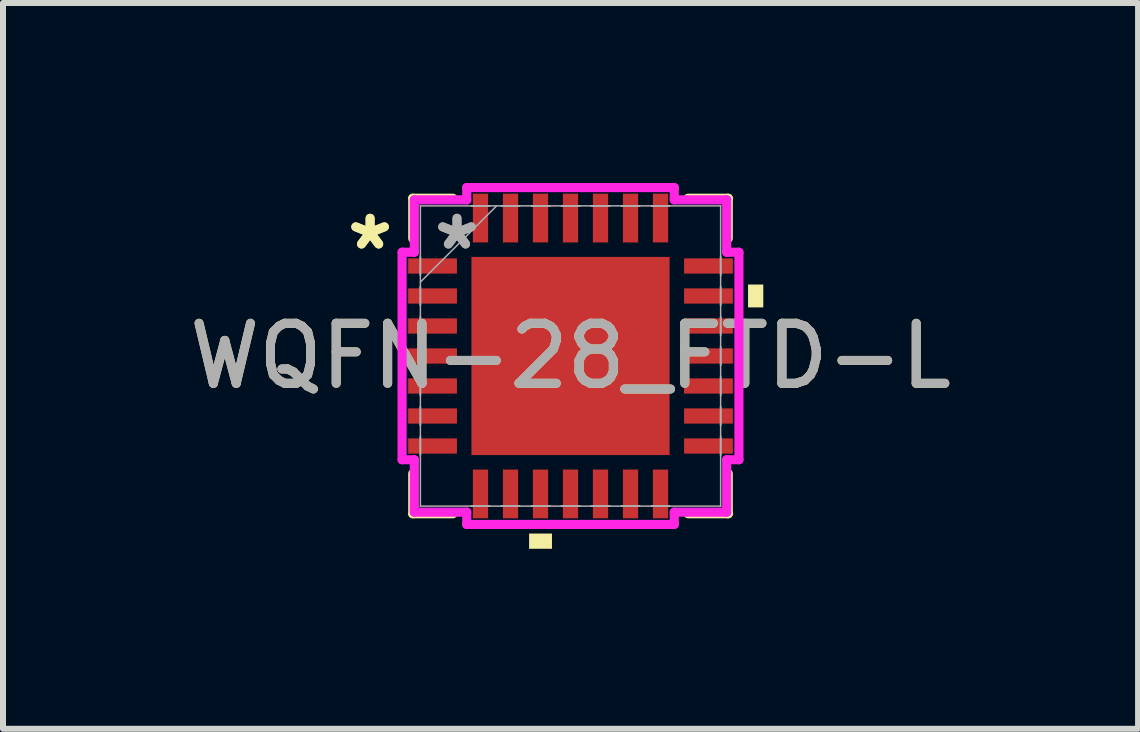
<source format=kicad_pcb>
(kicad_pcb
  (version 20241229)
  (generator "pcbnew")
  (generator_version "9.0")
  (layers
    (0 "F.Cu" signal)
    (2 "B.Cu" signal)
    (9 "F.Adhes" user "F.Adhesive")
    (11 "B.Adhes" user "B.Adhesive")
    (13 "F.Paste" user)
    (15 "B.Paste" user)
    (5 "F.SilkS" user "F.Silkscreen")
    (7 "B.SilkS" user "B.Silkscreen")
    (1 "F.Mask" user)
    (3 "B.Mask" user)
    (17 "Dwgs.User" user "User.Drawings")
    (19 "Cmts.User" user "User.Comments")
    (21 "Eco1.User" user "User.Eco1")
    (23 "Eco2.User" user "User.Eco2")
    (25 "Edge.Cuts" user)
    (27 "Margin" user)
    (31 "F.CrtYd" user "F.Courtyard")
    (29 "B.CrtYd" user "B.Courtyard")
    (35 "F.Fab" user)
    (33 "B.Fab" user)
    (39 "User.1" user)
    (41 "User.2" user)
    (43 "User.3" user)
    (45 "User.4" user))
  (footprint "WQFN-28_FTD-L"
    (layer "F.Cu")
    (at 6.458 2.883)
    (property "Reference" "WQFN-28_FTD-L" (at 0 0 0) (unlocked yes) (layer "F.SilkS") (effects (font (size 1 1) (thickness 0.15))))
    (attr smd)
    (fp_line (start -2.629 -2.629) (end -2.629 -1.96) (stroke (width 0.152) (type solid)) (layer "F.SilkS"))
    (fp_line (start -2.629 1.96) (end -2.629 2.629) (stroke (width 0.152) (type solid)) (layer "F.SilkS"))
    (fp_line (start -2.629 2.629) (end -1.96 2.629) (stroke (width 0.152) (type solid)) (layer "F.SilkS"))
    (fp_line (start -1.96 -2.629) (end -2.629 -2.629) (stroke (width 0.152) (type solid)) (layer "F.SilkS"))
    (fp_line (start 1.96 2.629) (end 2.629 2.629) (stroke (width 0.152) (type solid)) (layer "F.SilkS"))
    (fp_line (start 2.629 -2.629) (end 1.96 -2.629) (stroke (width 0.152) (type solid)) (layer "F.SilkS"))
    (fp_line (start 2.629 -1.96) (end 2.629 -2.629) (stroke (width 0.152) (type solid)) (layer "F.SilkS"))
    (fp_line (start 2.629 2.629) (end 2.629 1.96) (stroke (width 0.152) (type solid)) (layer "F.SilkS"))
    (fp_poly (pts (xy -0.69 2.959) (xy -0.69 3.213) (xy -0.309 3.213) (xy -0.309 2.959)) (stroke (width 0) (type solid)) (fill yes) (layer "F.SilkS"))
    (fp_poly (pts (xy 3.213 -1.191) (xy 3.213 -0.81) (xy 2.959 -0.81) (xy 2.959 -1.191)) (stroke (width 0) (type solid)) (fill yes) (layer "F.SilkS"))
    (fp_poly (pts (xy -1.551 -1.551) (xy -1.551 -0.1) (xy -0.1 -0.1) (xy -0.1 -1.551)) (stroke (width 0) (type solid)) (fill yes) (layer "F.Paste"))
    (fp_poly (pts (xy -1.551 0.1) (xy -1.551 1.551) (xy -0.1 1.551) (xy -0.1 0.1)) (stroke (width 0) (type solid)) (fill yes) (layer "F.Paste"))
    (fp_poly (pts (xy 0.1 -1.551) (xy 0.1 -0.1) (xy 1.551 -0.1) (xy 1.551 -1.551)) (stroke (width 0) (type solid)) (fill yes) (layer "F.Paste"))
    (fp_poly (pts (xy 0.1 0.1) (xy 0.1 1.551) (xy 1.551 1.551) (xy 1.551 0.1)) (stroke (width 0) (type solid)) (fill yes) (layer "F.Paste"))
    (fp_line (start -2.807 -1.729) (end -2.603 -1.729) (stroke (width 0.152) (type solid)) (layer "F.CrtYd"))
    (fp_line (start -2.807 1.729) (end -2.807 -1.729) (stroke (width 0.152) (type solid)) (layer "F.CrtYd"))
    (fp_line (start -2.603 -2.603) (end -1.729 -2.603) (stroke (width 0.152) (type solid)) (layer "F.CrtYd"))
    (fp_line (start -2.603 -1.729) (end -2.603 -2.603) (stroke (width 0.152) (type solid)) (layer "F.CrtYd"))
    (fp_line (start -2.603 1.729) (end -2.807 1.729) (stroke (width 0.152) (type solid)) (layer "F.CrtYd"))
    (fp_line (start -2.603 2.603) (end -2.603 1.729) (stroke (width 0.152) (type solid)) (layer "F.CrtYd"))
    (fp_line (start -1.729 -2.807) (end 1.729 -2.807) (stroke (width 0.152) (type solid)) (layer "F.CrtYd"))
    (fp_line (start -1.729 -2.603) (end -1.729 -2.807) (stroke (width 0.152) (type solid)) (layer "F.CrtYd"))
    (fp_line (start -1.729 2.603) (end -2.603 2.603) (stroke (width 0.152) (type solid)) (layer "F.CrtYd"))
    (fp_line (start -1.729 2.807) (end -1.729 2.603) (stroke (width 0.152) (type solid)) (layer "F.CrtYd"))
    (fp_line (start 1.729 -2.807) (end 1.729 -2.603) (stroke (width 0.152) (type solid)) (layer "F.CrtYd"))
    (fp_line (start 1.729 -2.603) (end 2.603 -2.603) (stroke (width 0.152) (type solid)) (layer "F.CrtYd"))
    (fp_line (start 1.729 2.603) (end 1.729 2.807) (stroke (width 0.152) (type solid)) (layer "F.CrtYd"))
    (fp_line (start 1.729 2.807) (end -1.729 2.807) (stroke (width 0.152) (type solid)) (layer "F.CrtYd"))
    (fp_line (start 2.603 -2.603) (end 2.603 -1.729) (stroke (width 0.152) (type solid)) (layer "F.CrtYd"))
    (fp_line (start 2.603 -1.729) (end 2.807 -1.729) (stroke (width 0.152) (type solid)) (layer "F.CrtYd"))
    (fp_line (start 2.603 1.729) (end 2.603 2.603) (stroke (width 0.152) (type solid)) (layer "F.CrtYd"))
    (fp_line (start 2.603 2.603) (end 1.729 2.603) (stroke (width 0.152) (type solid)) (layer "F.CrtYd"))
    (fp_line (start 2.807 -1.729) (end 2.807 1.729) (stroke (width 0.152) (type solid)) (layer "F.CrtYd"))
    (fp_line (start 2.807 1.729) (end 2.603 1.729) (stroke (width 0.152) (type solid)) (layer "F.CrtYd"))
    (fp_line (start -2.502 -2.502) (end -2.502 -2.502) (stroke (width 0.025) (type solid)) (layer "F.Fab"))
    (fp_line (start -2.502 -2.502) (end -2.502 2.502) (stroke (width 0.025) (type solid)) (layer "F.Fab"))
    (fp_line (start -2.502 -1.652) (end -2.502 -1.652) (stroke (width 0.025) (type solid)) (layer "F.Fab"))
    (fp_line (start -2.502 -1.652) (end -2.502 -1.348) (stroke (width 0.025) (type solid)) (layer "F.Fab"))
    (fp_line (start -2.502 -1.348) (end -2.502 -1.652) (stroke (width 0.025) (type solid)) (layer "F.Fab"))
    (fp_line (start -2.502 -1.348) (end -2.502 -1.348) (stroke (width 0.025) (type solid)) (layer "F.Fab"))
    (fp_line (start -2.502 -1.232) (end -1.232 -2.502) (stroke (width 0.025) (type solid)) (layer "F.Fab"))
    (fp_line (start -2.502 -1.152) (end -2.502 -1.152) (stroke (width 0.025) (type solid)) (layer "F.Fab"))
    (fp_line (start -2.502 -1.152) (end -2.502 -0.848) (stroke (width 0.025) (type solid)) (layer "F.Fab"))
    (fp_line (start -2.502 -0.848) (end -2.502 -1.152) (stroke (width 0.025) (type solid)) (layer "F.Fab"))
    (fp_line (start -2.502 -0.848) (end -2.502 -0.848) (stroke (width 0.025) (type solid)) (layer "F.Fab"))
    (fp_line (start -2.502 -0.652) (end -2.502 -0.652) (stroke (width 0.025) (type solid)) (layer "F.Fab"))
    (fp_line (start -2.502 -0.652) (end -2.502 -0.348) (stroke (width 0.025) (type solid)) (layer "F.Fab"))
    (fp_line (start -2.502 -0.348) (end -2.502 -0.652) (stroke (width 0.025) (type solid)) (layer "F.Fab"))
    (fp_line (start -2.502 -0.348) (end -2.502 -0.348) (stroke (width 0.025) (type solid)) (layer "F.Fab"))
    (fp_line (start -2.502 -0.152) (end -2.502 -0.152) (stroke (width 0.025) (type solid)) (layer "F.Fab"))
    (fp_line (start -2.502 -0.152) (end -2.502 0.152) (stroke (width 0.025) (type solid)) (layer "F.Fab"))
    (fp_line (start -2.502 0.152) (end -2.502 -0.152) (stroke (width 0.025) (type solid)) (layer "F.Fab"))
    (fp_line (start -2.502 0.152) (end -2.502 0.152) (stroke (width 0.025) (type solid)) (layer "F.Fab"))
    (fp_line (start -2.502 0.348) (end -2.502 0.348) (stroke (width 0.025) (type solid)) (layer "F.Fab"))
    (fp_line (start -2.502 0.348) (end -2.502 0.652) (stroke (width 0.025) (type solid)) (layer "F.Fab"))
    (fp_line (start -2.502 0.652) (end -2.502 0.348) (stroke (width 0.025) (type solid)) (layer "F.Fab"))
    (fp_line (start -2.502 0.652) (end -2.502 0.652) (stroke (width 0.025) (type solid)) (layer "F.Fab"))
    (fp_line (start -2.502 0.848) (end -2.502 0.848) (stroke (width 0.025) (type solid)) (layer "F.Fab"))
    (fp_line (start -2.502 0.848) (end -2.502 1.152) (stroke (width 0.025) (type solid)) (layer "F.Fab"))
    (fp_line (start -2.502 1.152) (end -2.502 0.848) (stroke (width 0.025) (type solid)) (layer "F.Fab"))
    (fp_line (start -2.502 1.152) (end -2.502 1.152) (stroke (width 0.025) (type solid)) (layer "F.Fab"))
    (fp_line (start -2.502 1.348) (end -2.502 1.348) (stroke (width 0.025) (type solid)) (layer "F.Fab"))
    (fp_line (start -2.502 1.348) (end -2.502 1.652) (stroke (width 0.025) (type solid)) (layer "F.Fab"))
    (fp_line (start -2.502 1.652) (end -2.502 1.348) (stroke (width 0.025) (type solid)) (layer "F.Fab"))
    (fp_line (start -2.502 1.652) (end -2.502 1.652) (stroke (width 0.025) (type solid)) (layer "F.Fab"))
    (fp_line (start -2.502 2.502) (end -2.502 2.502) (stroke (width 0.025) (type solid)) (layer "F.Fab"))
    (fp_line (start -2.502 2.502) (end 2.502 2.502) (stroke (width 0.025) (type solid)) (layer "F.Fab"))
    (fp_line (start -1.652 -2.502) (end -1.652 -2.502) (stroke (width 0.025) (type solid)) (layer "F.Fab"))
    (fp_line (start -1.652 -2.502) (end -1.348 -2.502) (stroke (width 0.025) (type solid)) (layer "F.Fab"))
    (fp_line (start -1.652 2.502) (end -1.652 2.502) (stroke (width 0.025) (type solid)) (layer "F.Fab"))
    (fp_line (start -1.652 2.502) (end -1.348 2.502) (stroke (width 0.025) (type solid)) (layer "F.Fab"))
    (fp_line (start -1.348 -2.502) (end -1.652 -2.502) (stroke (width 0.025) (type solid)) (layer "F.Fab"))
    (fp_line (start -1.348 -2.502) (end -1.348 -2.502) (stroke (width 0.025) (type solid)) (layer "F.Fab"))
    (fp_line (start -1.348 2.502) (end -1.652 2.502) (stroke (width 0.025) (type solid)) (layer "F.Fab"))
    (fp_line (start -1.348 2.502) (end -1.348 2.502) (stroke (width 0.025) (type solid)) (layer "F.Fab"))
    (fp_line (start -1.152 -2.502) (end -1.152 -2.502) (stroke (width 0.025) (type solid)) (layer "F.Fab"))
    (fp_line (start -1.152 -2.502) (end -0.848 -2.502) (stroke (width 0.025) (type solid)) (layer "F.Fab"))
    (fp_line (start -1.152 2.502) (end -1.152 2.502) (stroke (width 0.025) (type solid)) (layer "F.Fab"))
    (fp_line (start -1.152 2.502) (end -0.848 2.502) (stroke (width 0.025) (type solid)) (layer "F.Fab"))
    (fp_line (start -0.848 -2.502) (end -1.152 -2.502) (stroke (width 0.025) (type solid)) (layer "F.Fab"))
    (fp_line (start -0.848 -2.502) (end -0.848 -2.502) (stroke (width 0.025) (type solid)) (layer "F.Fab"))
    (fp_line (start -0.848 2.502) (end -1.152 2.502) (stroke (width 0.025) (type solid)) (layer "F.Fab"))
    (fp_line (start -0.848 2.502) (end -0.848 2.502) (stroke (width 0.025) (type solid)) (layer "F.Fab"))
    (fp_line (start -0.652 -2.502) (end -0.652 -2.502) (stroke (width 0.025) (type solid)) (layer "F.Fab"))
    (fp_line (start -0.652 -2.502) (end -0.348 -2.502) (stroke (width 0.025) (type solid)) (layer "F.Fab"))
    (fp_line (start -0.652 2.502) (end -0.652 2.502) (stroke (width 0.025) (type solid)) (layer "F.Fab"))
    (fp_line (start -0.652 2.502) (end -0.348 2.502) (stroke (width 0.025) (type solid)) (layer "F.Fab"))
    (fp_line (start -0.348 -2.502) (end -0.652 -2.502) (stroke (width 0.025) (type solid)) (layer "F.Fab"))
    (fp_line (start -0.348 -2.502) (end -0.348 -2.502) (stroke (width 0.025) (type solid)) (layer "F.Fab"))
    (fp_line (start -0.348 2.502) (end -0.652 2.502) (stroke (width 0.025) (type solid)) (layer "F.Fab"))
    (fp_line (start -0.348 2.502) (end -0.348 2.502) (stroke (width 0.025) (type solid)) (layer "F.Fab"))
    (fp_line (start -0.152 -2.502) (end -0.152 -2.502) (stroke (width 0.025) (type solid)) (layer "F.Fab"))
    (fp_line (start -0.152 -2.502) (end 0.152 -2.502) (stroke (width 0.025) (type solid)) (layer "F.Fab"))
    (fp_line (start -0.152 2.502) (end -0.152 2.502) (stroke (width 0.025) (type solid)) (layer "F.Fab"))
    (fp_line (start -0.152 2.502) (end 0.152 2.502) (stroke (width 0.025) (type solid)) (layer "F.Fab"))
    (fp_line (start 0.152 -2.502) (end -0.152 -2.502) (stroke (width 0.025) (type solid)) (layer "F.Fab"))
    (fp_line (start 0.152 -2.502) (end 0.152 -2.502) (stroke (width 0.025) (type solid)) (layer "F.Fab"))
    (fp_line (start 0.152 2.502) (end -0.152 2.502) (stroke (width 0.025) (type solid)) (layer "F.Fab"))
    (fp_line (start 0.152 2.502) (end 0.152 2.502) (stroke (width 0.025) (type solid)) (layer "F.Fab"))
    (fp_line (start 0.348 -2.502) (end 0.348 -2.502) (stroke (width 0.025) (type solid)) (layer "F.Fab"))
    (fp_line (start 0.348 -2.502) (end 0.652 -2.502) (stroke (width 0.025) (type solid)) (layer "F.Fab"))
    (fp_line (start 0.348 2.502) (end 0.348 2.502) (stroke (width 0.025) (type solid)) (layer "F.Fab"))
    (fp_line (start 0.348 2.502) (end 0.652 2.502) (stroke (width 0.025) (type solid)) (layer "F.Fab"))
    (fp_line (start 0.652 -2.502) (end 0.348 -2.502) (stroke (width 0.025) (type solid)) (layer "F.Fab"))
    (fp_line (start 0.652 -2.502) (end 0.652 -2.502) (stroke (width 0.025) (type solid)) (layer "F.Fab"))
    (fp_line (start 0.652 2.502) (end 0.348 2.502) (stroke (width 0.025) (type solid)) (layer "F.Fab"))
    (fp_line (start 0.652 2.502) (end 0.652 2.502) (stroke (width 0.025) (type solid)) (layer "F.Fab"))
    (fp_line (start 0.848 -2.502) (end 0.848 -2.502) (stroke (width 0.025) (type solid)) (layer "F.Fab"))
    (fp_line (start 0.848 -2.502) (end 1.152 -2.502) (stroke (width 0.025) (type solid)) (layer "F.Fab"))
    (fp_line (start 0.848 2.502) (end 0.848 2.502) (stroke (width 0.025) (type solid)) (layer "F.Fab"))
    (fp_line (start 0.848 2.502) (end 1.152 2.502) (stroke (width 0.025) (type solid)) (layer "F.Fab"))
    (fp_line (start 1.152 -2.502) (end 0.848 -2.502) (stroke (width 0.025) (type solid)) (layer "F.Fab"))
    (fp_line (start 1.152 -2.502) (end 1.152 -2.502) (stroke (width 0.025) (type solid)) (layer "F.Fab"))
    (fp_line (start 1.152 2.502) (end 0.848 2.502) (stroke (width 0.025) (type solid)) (layer "F.Fab"))
    (fp_line (start 1.152 2.502) (end 1.152 2.502) (stroke (width 0.025) (type solid)) (layer "F.Fab"))
    (fp_line (start 1.348 -2.502) (end 1.348 -2.502) (stroke (width 0.025) (type solid)) (layer "F.Fab"))
    (fp_line (start 1.348 -2.502) (end 1.652 -2.502) (stroke (width 0.025) (type solid)) (layer "F.Fab"))
    (fp_line (start 1.348 2.502) (end 1.348 2.502) (stroke (width 0.025) (type solid)) (layer "F.Fab"))
    (fp_line (start 1.348 2.502) (end 1.652 2.502) (stroke (width 0.025) (type solid)) (layer "F.Fab"))
    (fp_line (start 1.652 -2.502) (end 1.348 -2.502) (stroke (width 0.025) (type solid)) (layer "F.Fab"))
    (fp_line (start 1.652 -2.502) (end 1.652 -2.502) (stroke (width 0.025) (type solid)) (layer "F.Fab"))
    (fp_line (start 1.652 2.502) (end 1.348 2.502) (stroke (width 0.025) (type solid)) (layer "F.Fab"))
    (fp_line (start 1.652 2.502) (end 1.652 2.502) (stroke (width 0.025) (type solid)) (layer "F.Fab"))
    (fp_line (start 2.502 -2.502) (end -2.502 -2.502) (stroke (width 0.025) (type solid)) (layer "F.Fab"))
    (fp_line (start 2.502 -2.502) (end 2.502 -2.502) (stroke (width 0.025) (type solid)) (layer "F.Fab"))
    (fp_line (start 2.502 -1.652) (end 2.502 -1.652) (stroke (width 0.025) (type solid)) (layer "F.Fab"))
    (fp_line (start 2.502 -1.652) (end 2.502 -1.348) (stroke (width 0.025) (type solid)) (layer "F.Fab"))
    (fp_line (start 2.502 -1.348) (end 2.502 -1.652) (stroke (width 0.025) (type solid)) (layer "F.Fab"))
    (fp_line (start 2.502 -1.348) (end 2.502 -1.348) (stroke (width 0.025) (type solid)) (layer "F.Fab"))
    (fp_line (start 2.502 -1.152) (end 2.502 -1.152) (stroke (width 0.025) (type solid)) (layer "F.Fab"))
    (fp_line (start 2.502 -1.152) (end 2.502 -0.848) (stroke (width 0.025) (type solid)) (layer "F.Fab"))
    (fp_line (start 2.502 -0.848) (end 2.502 -1.152) (stroke (width 0.025) (type solid)) (layer "F.Fab"))
    (fp_line (start 2.502 -0.848) (end 2.502 -0.848) (stroke (width 0.025) (type solid)) (layer "F.Fab"))
    (fp_line (start 2.502 -0.652) (end 2.502 -0.652) (stroke (width 0.025) (type solid)) (layer "F.Fab"))
    (fp_line (start 2.502 -0.652) (end 2.502 -0.348) (stroke (width 0.025) (type solid)) (layer "F.Fab"))
    (fp_line (start 2.502 -0.348) (end 2.502 -0.652) (stroke (width 0.025) (type solid)) (layer "F.Fab"))
    (fp_line (start 2.502 -0.348) (end 2.502 -0.348) (stroke (width 0.025) (type solid)) (layer "F.Fab"))
    (fp_line (start 2.502 -0.152) (end 2.502 -0.152) (stroke (width 0.025) (type solid)) (layer "F.Fab"))
    (fp_line (start 2.502 -0.152) (end 2.502 0.152) (stroke (width 0.025) (type solid)) (layer "F.Fab"))
    (fp_line (start 2.502 0.152) (end 2.502 -0.152) (stroke (width 0.025) (type solid)) (layer "F.Fab"))
    (fp_line (start 2.502 0.152) (end 2.502 0.152) (stroke (width 0.025) (type solid)) (layer "F.Fab"))
    (fp_line (start 2.502 0.348) (end 2.502 0.348) (stroke (width 0.025) (type solid)) (layer "F.Fab"))
    (fp_line (start 2.502 0.348) (end 2.502 0.652) (stroke (width 0.025) (type solid)) (layer "F.Fab"))
    (fp_line (start 2.502 0.652) (end 2.502 0.348) (stroke (width 0.025) (type solid)) (layer "F.Fab"))
    (fp_line (start 2.502 0.652) (end 2.502 0.652) (stroke (width 0.025) (type solid)) (layer "F.Fab"))
    (fp_line (start 2.502 0.848) (end 2.502 0.848) (stroke (width 0.025) (type solid)) (layer "F.Fab"))
    (fp_line (start 2.502 0.848) (end 2.502 1.152) (stroke (width 0.025) (type solid)) (layer "F.Fab"))
    (fp_line (start 2.502 1.152) (end 2.502 0.848) (stroke (width 0.025) (type solid)) (layer "F.Fab"))
    (fp_line (start 2.502 1.152) (end 2.502 1.152) (stroke (width 0.025) (type solid)) (layer "F.Fab"))
    (fp_line (start 2.502 1.348) (end 2.502 1.348) (stroke (width 0.025) (type solid)) (layer "F.Fab"))
    (fp_line (start 2.502 1.348) (end 2.502 1.652) (stroke (width 0.025) (type solid)) (layer "F.Fab"))
    (fp_line (start 2.502 1.652) (end 2.502 1.348) (stroke (width 0.025) (type solid)) (layer "F.Fab"))
    (fp_line (start 2.502 1.652) (end 2.502 1.652) (stroke (width 0.025) (type solid)) (layer "F.Fab"))
    (fp_line (start 2.502 2.502) (end 2.502 -2.502) (stroke (width 0.025) (type solid)) (layer "F.Fab"))
    (fp_line (start 2.502 2.502) (end 2.502 2.502) (stroke (width 0.025) (type solid)) (layer "F.Fab"))
    (fp_text user "*" (at -3.34 -1.75 0) (unlocked yes) (layer "F.SilkS") (effects (font (size 1 1) (thickness 0.15))))
    (fp_text user "*" (at -3.34 -1.75 0) (layer "F.SilkS") (effects (font (size 1 1) (thickness 0.15))))
    (fp_text user "${REFERENCE}" (at 0 0 0) (unlocked yes) (layer "F.Fab") (effects (font (size 1 1) (thickness 0.15))))
    (fp_text user "*" (at -1.892 -1.75 0) (layer "F.Fab") (effects (font (size 1 1) (thickness 0.15))))
    (fp_text user "*" (at -1.892 -1.75 0) (unlocked yes) (layer "F.Fab") (effects (font (size 1 1) (thickness 0.15))))
    (pad "1" smd rect (at -2.299 -1.5 90) (size 0.254 0.813) (layers "F.Cu" "F.Mask" "F.Paste"))
    (pad "2" smd rect (at -2.299 -1 90) (size 0.254 0.813) (layers "F.Cu" "F.Mask" "F.Paste"))
    (pad "3" smd rect (at -2.299 -0.5 90) (size 0.254 0.813) (layers "F.Cu" "F.Mask" "F.Paste"))
    (pad "4" smd rect (at -2.299 0 90) (size 0.254 0.813) (layers "F.Cu" "F.Mask" "F.Paste"))
    (pad "5" smd rect (at -2.299 0.5 90) (size 0.254 0.813) (layers "F.Cu" "F.Mask" "F.Paste"))
    (pad "6" smd rect (at -2.299 1 90) (size 0.254 0.813) (layers "F.Cu" "F.Mask" "F.Paste"))
    (pad "7" smd rect (at -2.299 1.5 90) (size 0.254 0.813) (layers "F.Cu" "F.Mask" "F.Paste"))
    (pad "8" smd rect (at -1.5 2.299) (size 0.254 0.813) (layers "F.Cu" "F.Mask" "F.Paste"))
    (pad "9" smd rect (at -1 2.299) (size 0.254 0.813) (layers "F.Cu" "F.Mask" "F.Paste"))
    (pad "10" smd rect (at -0.5 2.299) (size 0.254 0.813) (layers "F.Cu" "F.Mask" "F.Paste"))
    (pad "11" smd rect (at 0 2.299) (size 0.254 0.813) (layers "F.Cu" "F.Mask" "F.Paste"))
    (pad "12" smd rect (at 0.5 2.299) (size 0.254 0.813) (layers "F.Cu" "F.Mask" "F.Paste"))
    (pad "13" smd rect (at 1 2.299) (size 0.254 0.813) (layers "F.Cu" "F.Mask" "F.Paste"))
    (pad "14" smd rect (at 1.5 2.299) (size 0.254 0.813) (layers "F.Cu" "F.Mask" "F.Paste"))
    (pad "15" smd rect (at 2.299 1.5 90) (size 0.254 0.813) (layers "F.Cu" "F.Mask" "F.Paste"))
    (pad "16" smd rect (at 2.299 1 90) (size 0.254 0.813) (layers "F.Cu" "F.Mask" "F.Paste"))
    (pad "17" smd rect (at 2.299 0.5 90) (size 0.254 0.813) (layers "F.Cu" "F.Mask" "F.Paste"))
    (pad "18" smd rect (at 2.299 0 90) (size 0.254 0.813) (layers "F.Cu" "F.Mask" "F.Paste"))
    (pad "19" smd rect (at 2.299 -0.5 90) (size 0.254 0.813) (layers "F.Cu" "F.Mask" "F.Paste"))
    (pad "20" smd rect (at 2.299 -1 90) (size 0.254 0.813) (layers "F.Cu" "F.Mask" "F.Paste"))
    (pad "21" smd rect (at 2.299 -1.5 90) (size 0.254 0.813) (layers "F.Cu" "F.Mask" "F.Paste"))
    (pad "22" smd rect (at 1.5 -2.299) (size 0.254 0.813) (layers "F.Cu" "F.Mask" "F.Paste"))
    (pad "23" smd rect (at 1 -2.299) (size 0.254 0.813) (layers "F.Cu" "F.Mask" "F.Paste"))
    (pad "24" smd rect (at 0.5 -2.299) (size 0.254 0.813) (layers "F.Cu" "F.Mask" "F.Paste"))
    (pad "25" smd rect (at 0 -2.299) (size 0.254 0.813) (layers "F.Cu" "F.Mask" "F.Paste"))
    (pad "26" smd rect (at -0.5 -2.299) (size 0.254 0.813) (layers "F.Cu" "F.Mask" "F.Paste"))
    (pad "27" smd rect (at -1 -2.299) (size 0.254 0.813) (layers "F.Cu" "F.Mask" "F.Paste"))
    (pad "28" smd rect (at -1.5 -2.299) (size 0.254 0.813) (layers "F.Cu" "F.Mask" "F.Paste"))
    (pad "29" smd rect (at 0 0) (size 3.302 3.302) (layers "F.Cu" "F.Mask" "F.Paste")))
  (gr_rect
    (start -3 -3)
    (end 15.917 9.096)
    (stroke (width 0.1) (type default))
    (fill no)
    (layer "Edge.Cuts")))
</source>
